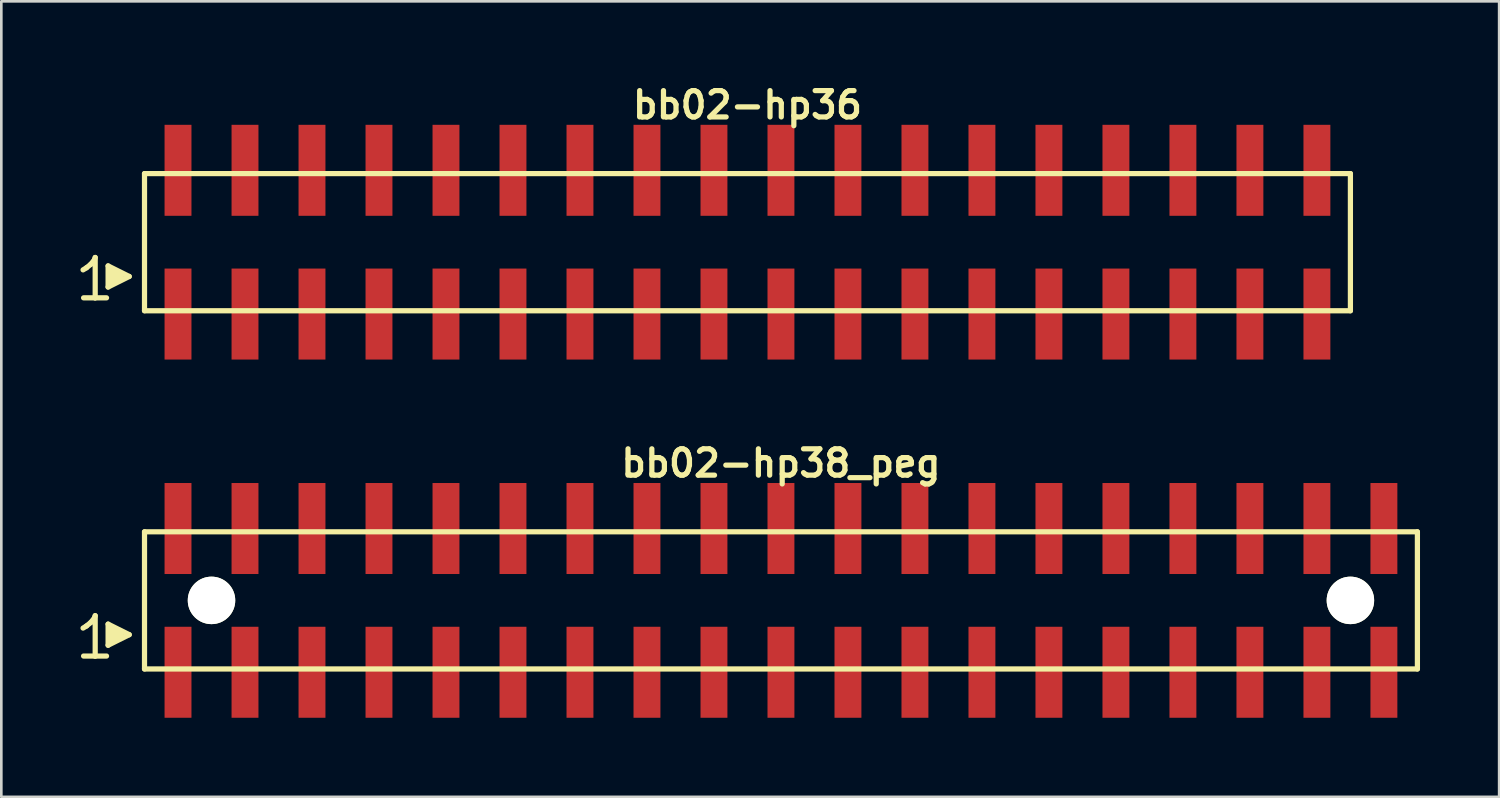
<source format=kicad_pcb>
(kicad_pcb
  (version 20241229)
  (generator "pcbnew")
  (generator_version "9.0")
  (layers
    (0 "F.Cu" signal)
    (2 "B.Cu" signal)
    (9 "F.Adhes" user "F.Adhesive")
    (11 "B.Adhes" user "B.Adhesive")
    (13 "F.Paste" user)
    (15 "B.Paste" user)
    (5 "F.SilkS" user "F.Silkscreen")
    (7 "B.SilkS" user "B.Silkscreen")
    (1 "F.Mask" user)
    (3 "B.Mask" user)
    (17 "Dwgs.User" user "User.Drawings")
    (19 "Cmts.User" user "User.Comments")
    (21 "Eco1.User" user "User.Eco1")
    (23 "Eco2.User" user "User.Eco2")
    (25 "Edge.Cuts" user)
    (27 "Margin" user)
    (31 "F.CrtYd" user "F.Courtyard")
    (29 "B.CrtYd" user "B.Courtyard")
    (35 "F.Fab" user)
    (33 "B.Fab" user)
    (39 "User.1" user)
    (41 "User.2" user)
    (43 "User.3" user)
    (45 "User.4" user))
  (footprint "bb02-hp36"
    (layer "F.Cu")
    (at 25.289 6.132)
    (property "Reference" "bb02-hp36" (at 0 -5.2 0) (layer "F.SilkS") (effects (font (size 0.998 0.998) (thickness 0.198))))
    (attr through_hole)
    (fp_line (start -25.19 1.05) (end -25.06 0.97) (stroke (width 0.198) (type solid)) (layer "F.SilkS"))
    (fp_line (start -25.06 0.97) (end -24.9 0.84) (stroke (width 0.198) (type solid)) (layer "F.SilkS"))
    (fp_line (start -24.9 0.84) (end -24.76 0.67) (stroke (width 0.198) (type solid)) (layer "F.SilkS"))
    (fp_line (start -24.76 0.67) (end -24.73 0.58) (stroke (width 0.198) (type solid)) (layer "F.SilkS"))
    (fp_line (start -24.73 0.58) (end -24.73 2.11) (stroke (width 0.198) (type solid)) (layer "F.SilkS"))
    (fp_line (start -24.73 2.11) (end -25.17 2.11) (stroke (width 0.198) (type solid)) (layer "F.SilkS"))
    (fp_line (start -24.3 2.11) (end -24.74 2.11) (stroke (width 0.198) (type solid)) (layer "F.SilkS"))
    (fp_line (start -24.24 0.9) (end -23.44 1.3) (stroke (width 0.198) (type solid)) (layer "F.SilkS"))
    (fp_line (start -24.24 1.7) (end -24.24 0.9) (stroke (width 0.198) (type solid)) (layer "F.SilkS"))
    (fp_line (start -24.14 1.6) (end -24.14 1) (stroke (width 0.198) (type solid)) (layer "F.SilkS"))
    (fp_line (start -24.04 1.1) (end -24.04 1.5) (stroke (width 0.198) (type solid)) (layer "F.SilkS"))
    (fp_line (start -23.94 1.5) (end -23.94 1.1) (stroke (width 0.198) (type solid)) (layer "F.SilkS"))
    (fp_line (start -23.84 1.2) (end -23.84 1.4) (stroke (width 0.198) (type solid)) (layer "F.SilkS"))
    (fp_line (start -23.74 1.4) (end -23.74 1.2) (stroke (width 0.198) (type solid)) (layer "F.SilkS"))
    (fp_line (start -23.44 1.3) (end -24.24 1.7) (stroke (width 0.198) (type solid)) (layer "F.SilkS"))
    (fp_line (start -22.86 -2.6) (end -22.86 2.6) (stroke (width 0.198) (type solid)) (layer "F.SilkS"))
    (fp_line (start -22.86 -2.6) (end 22.86 -2.6) (stroke (width 0.198) (type solid)) (layer "F.SilkS"))
    (fp_line (start 22.86 2.6) (end -22.86 2.6) (stroke (width 0.198) (type solid)) (layer "F.SilkS"))
    (fp_line (start 22.86 2.6) (end 22.86 -2.6) (stroke (width 0.198) (type solid)) (layer "F.SilkS"))
    (pad "1" smd rect (at -21.59 2.725) (size 1.02 3.45) (layers "F.Cu" "F.Mask" "F.Paste"))
    (pad "2" smd rect (at -21.59 -2.725) (size 1.02 3.45) (layers "F.Cu" "F.Mask" "F.Paste"))
    (pad "3" smd rect (at -19.05 2.725) (size 1.02 3.45) (layers "F.Cu" "F.Mask" "F.Paste"))
    (pad "4" smd rect (at -19.05 -2.725) (size 1.02 3.45) (layers "F.Cu" "F.Mask" "F.Paste"))
    (pad "5" smd rect (at -16.51 2.725) (size 1.02 3.45) (layers "F.Cu" "F.Mask" "F.Paste"))
    (pad "6" smd rect (at -16.51 -2.725) (size 1.02 3.45) (layers "F.Cu" "F.Mask" "F.Paste"))
    (pad "7" smd rect (at -13.97 2.725) (size 1.02 3.45) (layers "F.Cu" "F.Mask" "F.Paste"))
    (pad "8" smd rect (at -13.97 -2.725) (size 1.02 3.45) (layers "F.Cu" "F.Mask" "F.Paste"))
    (pad "9" smd rect (at -11.43 2.725) (size 1.02 3.45) (layers "F.Cu" "F.Mask" "F.Paste"))
    (pad "10" smd rect (at -11.43 -2.725) (size 1.02 3.45) (layers "F.Cu" "F.Mask" "F.Paste"))
    (pad "11" smd rect (at -8.89 2.725) (size 1.02 3.45) (layers "F.Cu" "F.Mask" "F.Paste"))
    (pad "12" smd rect (at -8.89 -2.725) (size 1.02 3.45) (layers "F.Cu" "F.Mask" "F.Paste"))
    (pad "13" smd rect (at -6.35 2.725) (size 1.02 3.45) (layers "F.Cu" "F.Mask" "F.Paste"))
    (pad "14" smd rect (at -6.35 -2.725) (size 1.02 3.45) (layers "F.Cu" "F.Mask" "F.Paste"))
    (pad "15" smd rect (at -3.81 2.725) (size 1.02 3.45) (layers "F.Cu" "F.Mask" "F.Paste"))
    (pad "16" smd rect (at -3.81 -2.725) (size 1.02 3.45) (layers "F.Cu" "F.Mask" "F.Paste"))
    (pad "17" smd rect (at -1.27 2.725) (size 1.02 3.45) (layers "F.Cu" "F.Mask" "F.Paste"))
    (pad "18" smd rect (at -1.27 -2.725) (size 1.02 3.45) (layers "F.Cu" "F.Mask" "F.Paste"))
    (pad "19" smd rect (at 1.27 2.725) (size 1.02 3.45) (layers "F.Cu" "F.Mask" "F.Paste"))
    (pad "20" smd rect (at 1.27 -2.725) (size 1.02 3.45) (layers "F.Cu" "F.Mask" "F.Paste"))
    (pad "21" smd rect (at 3.81 2.725) (size 1.02 3.45) (layers "F.Cu" "F.Mask" "F.Paste"))
    (pad "22" smd rect (at 3.81 -2.725) (size 1.02 3.45) (layers "F.Cu" "F.Mask" "F.Paste"))
    (pad "23" smd rect (at 6.35 2.725) (size 1.02 3.45) (layers "F.Cu" "F.Mask" "F.Paste"))
    (pad "24" smd rect (at 6.35 -2.725) (size 1.02 3.45) (layers "F.Cu" "F.Mask" "F.Paste"))
    (pad "25" smd rect (at 8.89 2.725) (size 1.02 3.45) (layers "F.Cu" "F.Mask" "F.Paste"))
    (pad "26" smd rect (at 8.89 -2.725) (size 1.02 3.45) (layers "F.Cu" "F.Mask" "F.Paste"))
    (pad "27" smd rect (at 11.43 2.725) (size 1.02 3.45) (layers "F.Cu" "F.Mask" "F.Paste"))
    (pad "28" smd rect (at 11.43 -2.725) (size 1.02 3.45) (layers "F.Cu" "F.Mask" "F.Paste"))
    (pad "29" smd rect (at 13.97 2.725) (size 1.02 3.45) (layers "F.Cu" "F.Mask" "F.Paste"))
    (pad "30" smd rect (at 13.97 -2.725) (size 1.02 3.45) (layers "F.Cu" "F.Mask" "F.Paste"))
    (pad "31" smd rect (at 16.51 2.725) (size 1.02 3.45) (layers "F.Cu" "F.Mask" "F.Paste"))
    (pad "32" smd rect (at 16.51 -2.725) (size 1.02 3.45) (layers "F.Cu" "F.Mask" "F.Paste"))
    (pad "33" smd rect (at 19.05 2.725) (size 1.02 3.45) (layers "F.Cu" "F.Mask" "F.Paste"))
    (pad "34" smd rect (at 19.05 -2.725) (size 1.02 3.45) (layers "F.Cu" "F.Mask" "F.Paste"))
    (pad "35" smd rect (at 21.59 2.725) (size 1.02 3.45) (layers "F.Cu" "F.Mask" "F.Paste"))
    (pad "36" smd rect (at 21.59 -2.725) (size 1.02 3.45) (layers "F.Cu" "F.Mask" "F.Paste")))
  (footprint "bb02-hp38_peg"
    (layer "F.Cu")
    (at 26.559 19.713)
    (property "Reference" "bb02-hp38_peg" (at 0 -5.2 0) (layer "F.SilkS") (effects (font (size 0.998 0.998) (thickness 0.198))))
    (attr through_hole)
    (fp_line (start -26.46 1.05) (end -26.33 0.97) (stroke (width 0.198) (type solid)) (layer "F.SilkS"))
    (fp_line (start -26.33 0.97) (end -26.17 0.84) (stroke (width 0.198) (type solid)) (layer "F.SilkS"))
    (fp_line (start -26.17 0.84) (end -26.03 0.67) (stroke (width 0.198) (type solid)) (layer "F.SilkS"))
    (fp_line (start -26.03 0.67) (end -26 0.58) (stroke (width 0.198) (type solid)) (layer "F.SilkS"))
    (fp_line (start -26 0.58) (end -26 2.11) (stroke (width 0.198) (type solid)) (layer "F.SilkS"))
    (fp_line (start -26 2.11) (end -26.44 2.11) (stroke (width 0.198) (type solid)) (layer "F.SilkS"))
    (fp_line (start -25.57 2.11) (end -26.01 2.11) (stroke (width 0.198) (type solid)) (layer "F.SilkS"))
    (fp_line (start -25.51 0.9) (end -24.71 1.3) (stroke (width 0.198) (type solid)) (layer "F.SilkS"))
    (fp_line (start -25.51 1.7) (end -25.51 0.9) (stroke (width 0.198) (type solid)) (layer "F.SilkS"))
    (fp_line (start -25.41 1.6) (end -25.41 1) (stroke (width 0.198) (type solid)) (layer "F.SilkS"))
    (fp_line (start -25.31 1.1) (end -25.31 1.5) (stroke (width 0.198) (type solid)) (layer "F.SilkS"))
    (fp_line (start -25.21 1.5) (end -25.21 1.1) (stroke (width 0.198) (type solid)) (layer "F.SilkS"))
    (fp_line (start -25.11 1.2) (end -25.11 1.4) (stroke (width 0.198) (type solid)) (layer "F.SilkS"))
    (fp_line (start -25.01 1.4) (end -25.01 1.2) (stroke (width 0.198) (type solid)) (layer "F.SilkS"))
    (fp_line (start -24.71 1.3) (end -25.51 1.7) (stroke (width 0.198) (type solid)) (layer "F.SilkS"))
    (fp_line (start -24.13 -2.6) (end -24.13 2.6) (stroke (width 0.198) (type solid)) (layer "F.SilkS"))
    (fp_line (start -24.13 -2.6) (end 24.13 -2.6) (stroke (width 0.198) (type solid)) (layer "F.SilkS"))
    (fp_line (start 24.13 2.6) (end -24.13 2.6) (stroke (width 0.198) (type solid)) (layer "F.SilkS"))
    (fp_line (start 24.13 2.6) (end 24.13 -2.6) (stroke (width 0.198) (type solid)) (layer "F.SilkS"))
    (pad "" np_thru_hole circle (at -21.59 0) (size 1.8 1.8) (drill 1.8) (layers "*.Cu" "*.Mask" "F.SilkS"))
    (pad "" np_thru_hole circle (at 21.59 0) (size 1.8 1.8) (drill 1.8) (layers "*.Cu" "*.Mask" "F.SilkS"))
    (pad "1" smd rect (at -22.86 2.725) (size 1.02 3.45) (layers "F.Cu" "F.Mask" "F.Paste"))
    (pad "2" smd rect (at -22.86 -2.725) (size 1.02 3.45) (layers "F.Cu" "F.Mask" "F.Paste"))
    (pad "3" smd rect (at -20.32 2.725) (size 1.02 3.45) (layers "F.Cu" "F.Mask" "F.Paste"))
    (pad "4" smd rect (at -20.32 -2.725) (size 1.02 3.45) (layers "F.Cu" "F.Mask" "F.Paste"))
    (pad "5" smd rect (at -17.78 2.725) (size 1.02 3.45) (layers "F.Cu" "F.Mask" "F.Paste"))
    (pad "6" smd rect (at -17.78 -2.725) (size 1.02 3.45) (layers "F.Cu" "F.Mask" "F.Paste"))
    (pad "7" smd rect (at -15.24 2.725) (size 1.02 3.45) (layers "F.Cu" "F.Mask" "F.Paste"))
    (pad "8" smd rect (at -15.24 -2.725) (size 1.02 3.45) (layers "F.Cu" "F.Mask" "F.Paste"))
    (pad "9" smd rect (at -12.7 2.725) (size 1.02 3.45) (layers "F.Cu" "F.Mask" "F.Paste"))
    (pad "10" smd rect (at -12.7 -2.725) (size 1.02 3.45) (layers "F.Cu" "F.Mask" "F.Paste"))
    (pad "11" smd rect (at -10.16 2.725) (size 1.02 3.45) (layers "F.Cu" "F.Mask" "F.Paste"))
    (pad "12" smd rect (at -10.16 -2.725) (size 1.02 3.45) (layers "F.Cu" "F.Mask" "F.Paste"))
    (pad "13" smd rect (at -7.62 2.725) (size 1.02 3.45) (layers "F.Cu" "F.Mask" "F.Paste"))
    (pad "14" smd rect (at -7.62 -2.725) (size 1.02 3.45) (layers "F.Cu" "F.Mask" "F.Paste"))
    (pad "15" smd rect (at -5.08 2.725) (size 1.02 3.45) (layers "F.Cu" "F.Mask" "F.Paste"))
    (pad "16" smd rect (at -5.08 -2.725) (size 1.02 3.45) (layers "F.Cu" "F.Mask" "F.Paste"))
    (pad "17" smd rect (at -2.54 2.725) (size 1.02 3.45) (layers "F.Cu" "F.Mask" "F.Paste"))
    (pad "18" smd rect (at -2.54 -2.725) (size 1.02 3.45) (layers "F.Cu" "F.Mask" "F.Paste"))
    (pad "19" smd rect (at 0 2.725) (size 1.02 3.45) (layers "F.Cu" "F.Mask" "F.Paste"))
    (pad "20" smd rect (at 0 -2.725) (size 1.02 3.45) (layers "F.Cu" "F.Mask" "F.Paste"))
    (pad "21" smd rect (at 2.54 2.725) (size 1.02 3.45) (layers "F.Cu" "F.Mask" "F.Paste"))
    (pad "22" smd rect (at 2.54 -2.725) (size 1.02 3.45) (layers "F.Cu" "F.Mask" "F.Paste"))
    (pad "23" smd rect (at 5.08 2.725) (size 1.02 3.45) (layers "F.Cu" "F.Mask" "F.Paste"))
    (pad "24" smd rect (at 5.08 -2.725) (size 1.02 3.45) (layers "F.Cu" "F.Mask" "F.Paste"))
    (pad "25" smd rect (at 7.62 2.725) (size 1.02 3.45) (layers "F.Cu" "F.Mask" "F.Paste"))
    (pad "26" smd rect (at 7.62 -2.725) (size 1.02 3.45) (layers "F.Cu" "F.Mask" "F.Paste"))
    (pad "27" smd rect (at 10.16 2.725) (size 1.02 3.45) (layers "F.Cu" "F.Mask" "F.Paste"))
    (pad "28" smd rect (at 10.16 -2.725) (size 1.02 3.45) (layers "F.Cu" "F.Mask" "F.Paste"))
    (pad "29" smd rect (at 12.7 2.725) (size 1.02 3.45) (layers "F.Cu" "F.Mask" "F.Paste"))
    (pad "30" smd rect (at 12.7 -2.725) (size 1.02 3.45) (layers "F.Cu" "F.Mask" "F.Paste"))
    (pad "31" smd rect (at 15.24 2.725) (size 1.02 3.45) (layers "F.Cu" "F.Mask" "F.Paste"))
    (pad "32" smd rect (at 15.24 -2.725) (size 1.02 3.45) (layers "F.Cu" "F.Mask" "F.Paste"))
    (pad "33" smd rect (at 17.78 2.725) (size 1.02 3.45) (layers "F.Cu" "F.Mask" "F.Paste"))
    (pad "34" smd rect (at 17.78 -2.725) (size 1.02 3.45) (layers "F.Cu" "F.Mask" "F.Paste"))
    (pad "35" smd rect (at 20.32 2.725) (size 1.02 3.45) (layers "F.Cu" "F.Mask" "F.Paste"))
    (pad "36" smd rect (at 20.32 -2.725) (size 1.02 3.45) (layers "F.Cu" "F.Mask" "F.Paste"))
    (pad "37" smd rect (at 22.86 2.725) (size 1.02 3.45) (layers "F.Cu" "F.Mask" "F.Paste"))
    (pad "38" smd rect (at 22.86 -2.725) (size 1.02 3.45) (layers "F.Cu" "F.Mask" "F.Paste")))
  (gr_rect
    (start -3 -3)
    (end 53.788 27.163)
    (stroke (width 0.1) (type default))
    (fill no)
    (layer "Edge.Cuts")))
</source>
